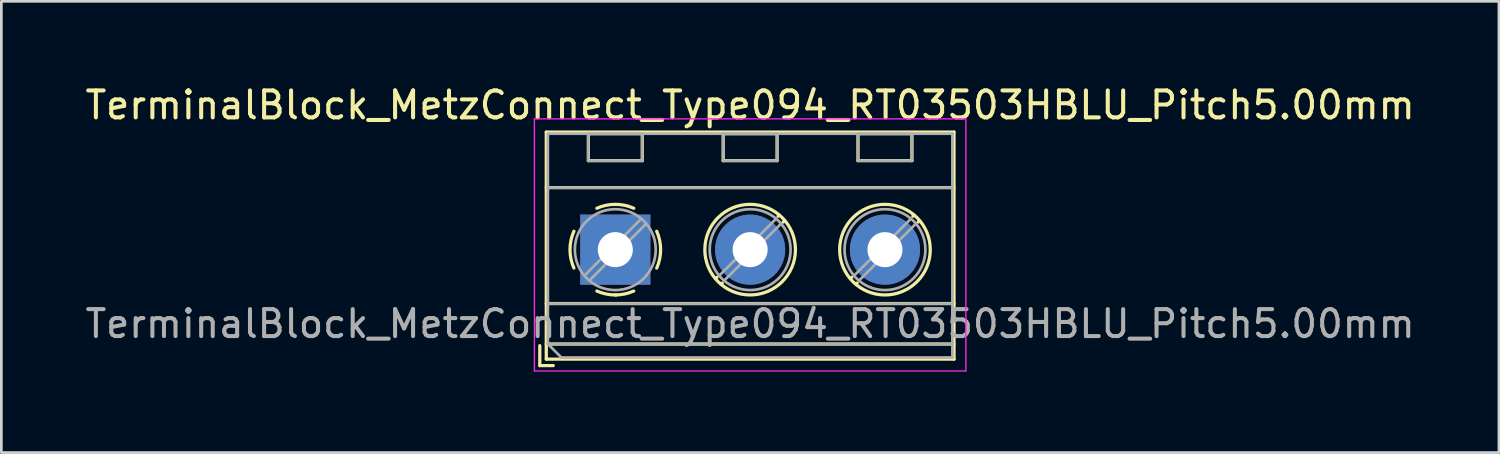
<source format=kicad_pcb>
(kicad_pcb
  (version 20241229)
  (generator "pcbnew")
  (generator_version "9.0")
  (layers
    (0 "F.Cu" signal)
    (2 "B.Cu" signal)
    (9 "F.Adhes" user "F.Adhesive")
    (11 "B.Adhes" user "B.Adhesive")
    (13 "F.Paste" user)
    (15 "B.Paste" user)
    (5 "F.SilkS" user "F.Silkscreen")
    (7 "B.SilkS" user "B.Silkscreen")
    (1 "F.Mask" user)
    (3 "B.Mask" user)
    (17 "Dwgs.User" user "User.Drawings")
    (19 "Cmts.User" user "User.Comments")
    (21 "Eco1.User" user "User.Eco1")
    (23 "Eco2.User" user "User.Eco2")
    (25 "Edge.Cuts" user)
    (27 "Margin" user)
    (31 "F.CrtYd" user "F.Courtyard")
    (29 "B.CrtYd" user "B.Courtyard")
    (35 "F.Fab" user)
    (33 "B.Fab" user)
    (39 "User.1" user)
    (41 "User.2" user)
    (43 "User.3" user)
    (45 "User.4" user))
  (footprint "TerminalBlock_MetzConnect_Type094_RT03503HBLU_Pitch5.00mm"
    (layer "F.Cu")
    (at 19.768 6.208)
    (property "Reference" "TerminalBlock_MetzConnect_Type094_RT03503HBLU_Pitch5.00mm" (at 5 -5.36 0) (layer "F.SilkS") (effects (font (size 1 1) (thickness 0.15))))
    (attr through_hole)
    (fp_line (start -2.8 3.56) (end -2.8 4.3) (stroke (width 0.12) (type solid)) (layer "F.SilkS"))
    (fp_line (start -2.8 4.3) (end -2.3 4.3) (stroke (width 0.12) (type solid)) (layer "F.SilkS"))
    (fp_line (start -2.56 -4.36) (end -2.56 4.06) (stroke (width 0.12) (type solid)) (layer "F.SilkS"))
    (fp_line (start -2.56 -2.3) (end 12.56 -2.3) (stroke (width 0.12) (type solid)) (layer "F.SilkS"))
    (fp_line (start -2.56 2) (end 12.56 2) (stroke (width 0.12) (type solid)) (layer "F.SilkS"))
    (fp_line (start -2.56 3.5) (end 12.56 3.5) (stroke (width 0.12) (type solid)) (layer "F.SilkS"))
    (fp_line (start -2.56 4.06) (end 12.56 4.06) (stroke (width 0.12) (type solid)) (layer "F.SilkS"))
    (fp_line (start -1 -4.3) (end -1 -3.3) (stroke (width 0.12) (type solid)) (layer "F.SilkS"))
    (fp_line (start -1 -4.3) (end 1 -4.3) (stroke (width 0.12) (type solid)) (layer "F.SilkS"))
    (fp_line (start -1 -3.3) (end 1 -3.3) (stroke (width 0.12) (type solid)) (layer "F.SilkS"))
    (fp_line (start 1 -4.3) (end 1 -3.3) (stroke (width 0.12) (type solid)) (layer "F.SilkS"))
    (fp_line (start 3.773 1.023) (end 3.726 1.069) (stroke (width 0.12) (type solid)) (layer "F.SilkS"))
    (fp_line (start 3.966 1.239) (end 3.931 1.274) (stroke (width 0.12) (type solid)) (layer "F.SilkS"))
    (fp_line (start 4 -4.3) (end 4 -3.3) (stroke (width 0.12) (type solid)) (layer "F.SilkS"))
    (fp_line (start 4 -4.3) (end 6 -4.3) (stroke (width 0.12) (type solid)) (layer "F.SilkS"))
    (fp_line (start 4 -3.3) (end 6 -3.3) (stroke (width 0.12) (type solid)) (layer "F.SilkS"))
    (fp_line (start 6 -4.3) (end 6 -3.3) (stroke (width 0.12) (type solid)) (layer "F.SilkS"))
    (fp_line (start 6.07 -1.275) (end 6.035 -1.239) (stroke (width 0.12) (type solid)) (layer "F.SilkS"))
    (fp_line (start 6.275 -1.069) (end 6.228 -1.023) (stroke (width 0.12) (type solid)) (layer "F.SilkS"))
    (fp_line (start 8.773 1.023) (end 8.726 1.069) (stroke (width 0.12) (type solid)) (layer "F.SilkS"))
    (fp_line (start 8.966 1.239) (end 8.931 1.274) (stroke (width 0.12) (type solid)) (layer "F.SilkS"))
    (fp_line (start 9 -4.3) (end 9 -3.3) (stroke (width 0.12) (type solid)) (layer "F.SilkS"))
    (fp_line (start 9 -4.3) (end 11 -4.3) (stroke (width 0.12) (type solid)) (layer "F.SilkS"))
    (fp_line (start 9 -3.3) (end 11 -3.3) (stroke (width 0.12) (type solid)) (layer "F.SilkS"))
    (fp_line (start 11 -4.3) (end 11 -3.3) (stroke (width 0.12) (type solid)) (layer "F.SilkS"))
    (fp_line (start 11.07 -1.275) (end 11.035 -1.239) (stroke (width 0.12) (type solid)) (layer "F.SilkS"))
    (fp_line (start 11.275 -1.069) (end 11.228 -1.023) (stroke (width 0.12) (type solid)) (layer "F.SilkS"))
    (fp_line (start 12.56 -4.36) (end -2.56 -4.36) (stroke (width 0.12) (type solid)) (layer "F.SilkS"))
    (fp_line (start 12.56 4.06) (end 12.56 -4.36) (stroke (width 0.12) (type solid)) (layer "F.SilkS"))
    (fp_arc (start -1.535427 0.683042) (mid -1.680501 -0.000524) (end -1.535 -0.684) (stroke (width 0.12) (type solid)) (layer "F.SilkS"))
    (fp_arc (start -0.683042 -1.535427) (mid 0.000524 -1.680501) (end 0.684 -1.535) (stroke (width 0.12) (type solid)) (layer "F.SilkS"))
    (fp_arc (start 0.028805 1.680253) (mid -0.335551 1.646659) (end -0.684 1.535) (stroke (width 0.12) (type solid)) (layer "F.SilkS"))
    (fp_arc (start 0.683318 1.534756) (mid 0.349292 1.643288) (end 0 1.68) (stroke (width 0.12) (type solid)) (layer "F.SilkS"))
    (fp_arc (start 1.535427 -0.683042) (mid 1.680501 0.000524) (end 1.535 0.684) (stroke (width 0.12) (type solid)) (layer "F.SilkS"))
    (fp_circle (center 5 0) (end 6.68 0) (stroke (width 0.12) (type solid)) (fill no) (layer "F.SilkS"))
    (fp_circle (center 10 0) (end 11.68 0) (stroke (width 0.12) (type solid)) (fill no) (layer "F.SilkS"))
    (fp_line (start -3 -4.85) (end -3 4.5) (stroke (width 0.05) (type solid)) (layer "F.CrtYd"))
    (fp_line (start -3 4.5) (end 13 4.5) (stroke (width 0.05) (type solid)) (layer "F.CrtYd"))
    (fp_line (start 13 -4.85) (end -3 -4.85) (stroke (width 0.05) (type solid)) (layer "F.CrtYd"))
    (fp_line (start 13 4.5) (end 13 -4.85) (stroke (width 0.05) (type solid)) (layer "F.CrtYd"))
    (fp_line (start -2.5 -4.3) (end 12.5 -4.3) (stroke (width 0.1) (type solid)) (layer "F.Fab"))
    (fp_line (start -2.5 -2.3) (end 12.5 -2.3) (stroke (width 0.1) (type solid)) (layer "F.Fab"))
    (fp_line (start -2.5 2) (end 12.5 2) (stroke (width 0.1) (type solid)) (layer "F.Fab"))
    (fp_line (start -2.5 3.5) (end -2.5 -4.3) (stroke (width 0.1) (type solid)) (layer "F.Fab"))
    (fp_line (start -2.5 3.5) (end 12.5 3.5) (stroke (width 0.1) (type solid)) (layer "F.Fab"))
    (fp_line (start -2 4) (end -2.5 3.5) (stroke (width 0.1) (type solid)) (layer "F.Fab"))
    (fp_line (start -1 -4.3) (end -1 -3.3) (stroke (width 0.1) (type solid)) (layer "F.Fab"))
    (fp_line (start -1 -3.3) (end 1 -3.3) (stroke (width 0.1) (type solid)) (layer "F.Fab"))
    (fp_line (start 0.955 -1.138) (end -1.138 0.955) (stroke (width 0.1) (type solid)) (layer "F.Fab"))
    (fp_line (start 1 -4.3) (end -1 -4.3) (stroke (width 0.1) (type solid)) (layer "F.Fab"))
    (fp_line (start 1 -3.3) (end 1 -4.3) (stroke (width 0.1) (type solid)) (layer "F.Fab"))
    (fp_line (start 1.138 -0.955) (end -0.955 1.138) (stroke (width 0.1) (type solid)) (layer "F.Fab"))
    (fp_line (start 4 -4.3) (end 4 -3.3) (stroke (width 0.1) (type solid)) (layer "F.Fab"))
    (fp_line (start 4 -3.3) (end 6 -3.3) (stroke (width 0.1) (type solid)) (layer "F.Fab"))
    (fp_line (start 5.955 -1.138) (end 3.863 0.955) (stroke (width 0.1) (type solid)) (layer "F.Fab"))
    (fp_line (start 6 -4.3) (end 4 -4.3) (stroke (width 0.1) (type solid)) (layer "F.Fab"))
    (fp_line (start 6 -3.3) (end 6 -4.3) (stroke (width 0.1) (type solid)) (layer "F.Fab"))
    (fp_line (start 6.138 -0.955) (end 4.046 1.138) (stroke (width 0.1) (type solid)) (layer "F.Fab"))
    (fp_line (start 9 -4.3) (end 9 -3.3) (stroke (width 0.1) (type solid)) (layer "F.Fab"))
    (fp_line (start 9 -3.3) (end 11 -3.3) (stroke (width 0.1) (type solid)) (layer "F.Fab"))
    (fp_line (start 10.955 -1.138) (end 8.863 0.955) (stroke (width 0.1) (type solid)) (layer "F.Fab"))
    (fp_line (start 11 -4.3) (end 9 -4.3) (stroke (width 0.1) (type solid)) (layer "F.Fab"))
    (fp_line (start 11 -3.3) (end 11 -4.3) (stroke (width 0.1) (type solid)) (layer "F.Fab"))
    (fp_line (start 11.138 -0.955) (end 9.046 1.138) (stroke (width 0.1) (type solid)) (layer "F.Fab"))
    (fp_line (start 12.5 -4.3) (end 12.5 4) (stroke (width 0.1) (type solid)) (layer "F.Fab"))
    (fp_line (start 12.5 4) (end -2 4) (stroke (width 0.1) (type solid)) (layer "F.Fab"))
    (fp_circle (center 0 0) (end 1.5 0) (stroke (width 0.1) (type solid)) (fill no) (layer "F.Fab"))
    (fp_circle (center 5 0) (end 6.5 0) (stroke (width 0.1) (type solid)) (fill no) (layer "F.Fab"))
    (fp_circle (center 10 0) (end 11.5 0) (stroke (width 0.1) (type solid)) (fill no) (layer "F.Fab"))
    (fp_text user "${REFERENCE}" (at 5 2.75 0) (layer "F.Fab") (effects (font (size 1 1) (thickness 0.15))))
    (pad "1" thru_hole rect (at 0 0) (size 2.6 2.6) (drill 1.3) (layers "*.Cu" "*.Mask"))
    (pad "2" thru_hole circle (at 5 0) (size 2.6 2.6) (drill 1.3) (layers "*.Cu" "*.Mask"))
    (pad "3" thru_hole circle (at 10 0) (size 2.6 2.6) (drill 1.3) (layers "*.Cu" "*.Mask")))
  (gr_rect
    (start -3 -3)
    (end 52.536 13.733)
    (stroke (width 0.1) (type default))
    (fill no)
    (layer "Edge.Cuts")))
</source>
